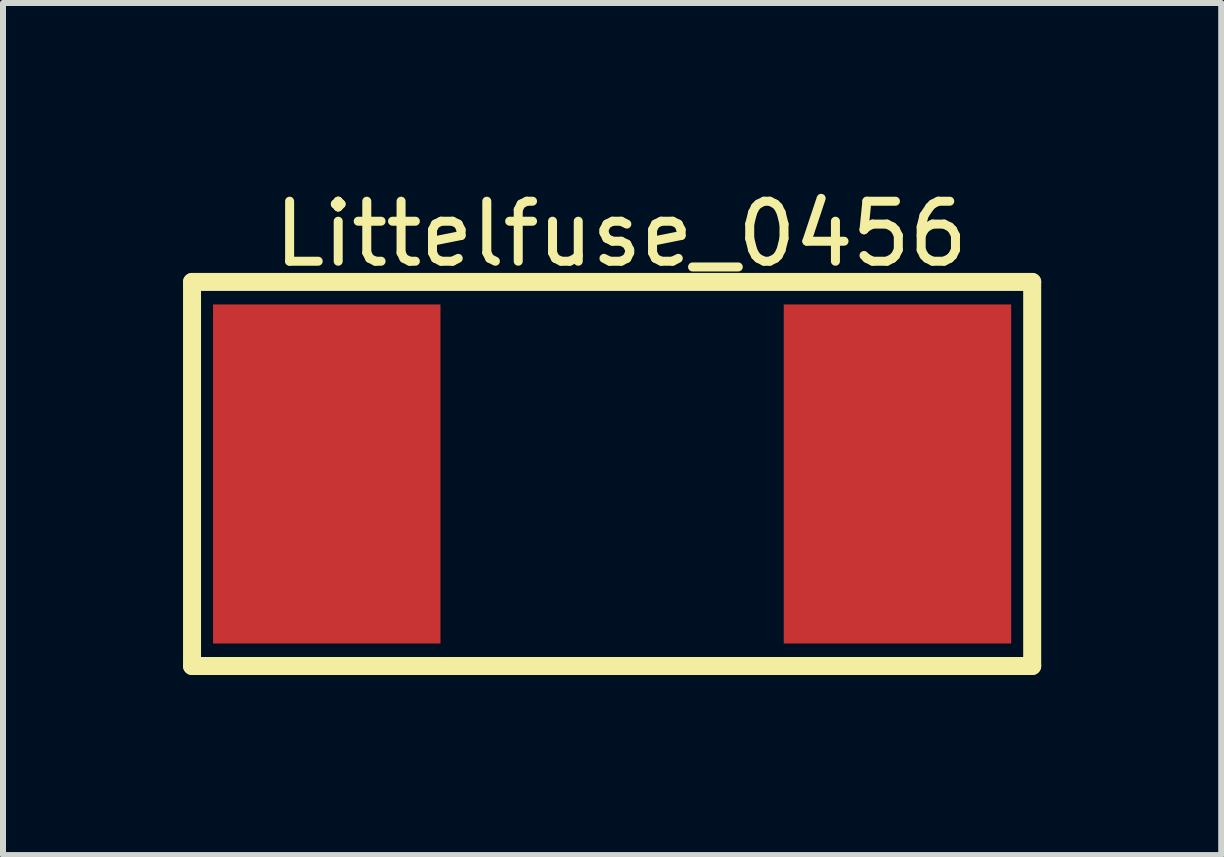
<source format=kicad_pcb>
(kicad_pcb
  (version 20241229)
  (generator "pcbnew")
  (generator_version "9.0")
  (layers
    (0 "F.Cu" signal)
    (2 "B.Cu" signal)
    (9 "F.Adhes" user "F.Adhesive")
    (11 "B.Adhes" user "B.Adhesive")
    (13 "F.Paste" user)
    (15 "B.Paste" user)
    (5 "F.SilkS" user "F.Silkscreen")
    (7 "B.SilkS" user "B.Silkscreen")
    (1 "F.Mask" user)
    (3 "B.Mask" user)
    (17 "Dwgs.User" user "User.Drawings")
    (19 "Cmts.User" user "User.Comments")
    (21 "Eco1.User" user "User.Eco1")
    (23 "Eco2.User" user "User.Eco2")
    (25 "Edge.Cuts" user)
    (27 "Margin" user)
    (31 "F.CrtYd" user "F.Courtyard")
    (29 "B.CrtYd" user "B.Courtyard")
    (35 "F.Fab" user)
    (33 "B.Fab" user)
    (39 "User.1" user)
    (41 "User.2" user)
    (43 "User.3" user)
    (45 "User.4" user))
  (footprint "Littelfuse_0456"
    (layer "F.Cu")
    (at 7.15 4.848)
    (property "Reference" "Littelfuse_0456" (at 0.15 -4 0) (layer "F.SilkS") (effects (font (size 1 1) (thickness 0.15))))
    (attr through_hole)
    (fp_line (start -7 -3.2) (end 7 -3.2) (stroke (width 0.3) (type solid)) (layer "F.SilkS"))
    (fp_line (start -7 3.2) (end -7 -3.2) (stroke (width 0.3) (type solid)) (layer "F.SilkS"))
    (fp_line (start 7 -3.2) (end 7 3.2) (stroke (width 0.3) (type solid)) (layer "F.SilkS"))
    (fp_line (start 7 3.2) (end -7 3.2) (stroke (width 0.3) (type solid)) (layer "F.SilkS"))
    (pad "1" smd rect (at -4.755 0) (size 3.79 5.65) (layers "F.Cu" "F.Mask" "F.Paste"))
    (pad "2" smd rect (at 4.755 0) (size 3.79 5.65) (layers "F.Cu" "F.Mask" "F.Paste")))
  (gr_rect
    (start -3 -3)
    (end 17.3 11.198)
    (stroke (width 0.1) (type default))
    (fill no)
    (layer "Edge.Cuts")))
</source>
